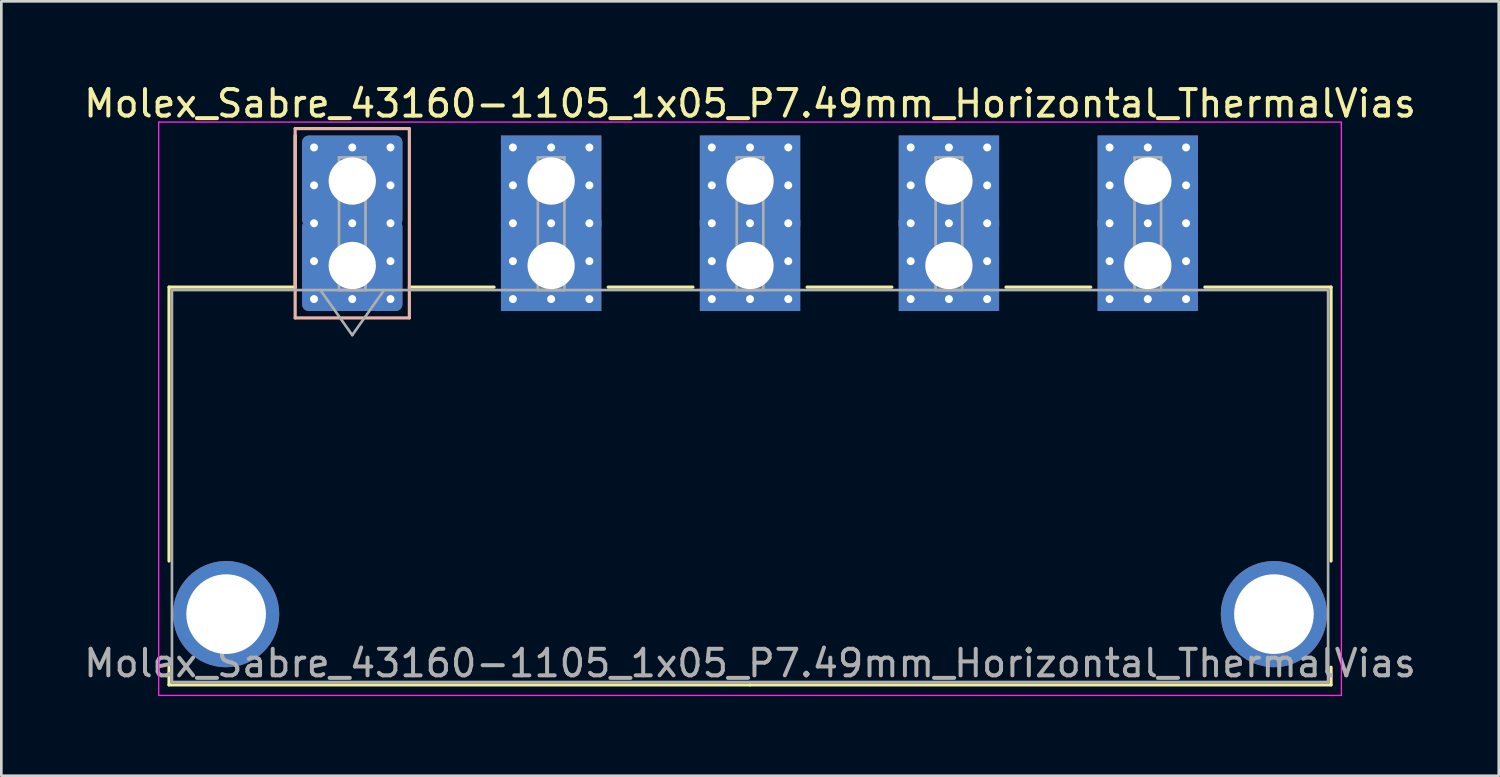
<source format=kicad_pcb>
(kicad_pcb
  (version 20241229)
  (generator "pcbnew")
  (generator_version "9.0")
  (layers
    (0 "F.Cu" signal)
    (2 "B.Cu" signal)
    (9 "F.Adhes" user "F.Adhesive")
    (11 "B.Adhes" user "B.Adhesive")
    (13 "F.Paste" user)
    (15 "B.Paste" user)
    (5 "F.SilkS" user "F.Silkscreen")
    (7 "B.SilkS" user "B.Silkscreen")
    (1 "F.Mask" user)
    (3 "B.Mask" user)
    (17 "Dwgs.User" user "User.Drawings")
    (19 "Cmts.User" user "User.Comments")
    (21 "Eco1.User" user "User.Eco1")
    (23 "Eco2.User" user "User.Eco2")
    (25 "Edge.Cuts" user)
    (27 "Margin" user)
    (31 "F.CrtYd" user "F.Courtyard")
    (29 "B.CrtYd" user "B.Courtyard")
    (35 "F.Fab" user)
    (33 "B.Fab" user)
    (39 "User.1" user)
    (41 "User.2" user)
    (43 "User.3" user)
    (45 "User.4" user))
  (footprint "Molex_Sabre_43160-1105_1x05_P7.49mm_Horizontal_ThermalVias"
    (layer "F.Cu")
    (at 10.216 6.948)
    (property "Reference" "Molex_Sabre_43160-1105_1x05_P7.49mm_Horizontal_ThermalVias" (at 14.98 -6.1 0) (layer "F.SilkS") (effects (font (size 1 1) (thickness 0.15))))
    (attr through_hole)
    (fp_line (start -6.9 0.815) (end -6.9 11.13) (stroke (width 0.12) (type solid)) (layer "F.SilkS"))
    (fp_line (start -6.9 15.13) (end -6.9 15.795) (stroke (width 0.12) (type solid)) (layer "F.SilkS"))
    (fp_line (start -6.9 15.795) (end 14.98 15.795) (stroke (width 0.12) (type solid)) (layer "F.SilkS"))
    (fp_line (start -2.15 0.815) (end -6.9 0.815) (stroke (width 0.12) (type solid)) (layer "F.SilkS"))
    (fp_line (start -2.15 0.815) (end -2.15 -4.895) (stroke (width 0.12) (type solid)) (layer "F.SilkS"))
    (fp_line (start 2.15 0.815) (end 5.34 0.815) (stroke (width 0.12) (type solid)) (layer "F.SilkS"))
    (fp_line (start 9.64 0.815) (end 12.83 0.815) (stroke (width 0.12) (type solid)) (layer "F.SilkS"))
    (fp_line (start 17.13 0.815) (end 20.32 0.815) (stroke (width 0.12) (type solid)) (layer "F.SilkS"))
    (fp_line (start 24.62 0.815) (end 27.81 0.815) (stroke (width 0.12) (type solid)) (layer "F.SilkS"))
    (fp_line (start 32.11 0.815) (end 36.86 0.815) (stroke (width 0.12) (type solid)) (layer "F.SilkS"))
    (fp_line (start 36.86 0.815) (end 36.86 11.13) (stroke (width 0.12) (type solid)) (layer "F.SilkS"))
    (fp_line (start 36.86 15.13) (end 36.86 15.795) (stroke (width 0.12) (type solid)) (layer "F.SilkS"))
    (fp_line (start 36.86 15.795) (end 14.98 15.795) (stroke (width 0.12) (type solid)) (layer "F.SilkS"))
    (fp_line (start -2.15 -5.155) (end -2.15 1.975) (stroke (width 0.12) (type solid)) (layer "B.SilkS"))
    (fp_line (start -2.15 1.975) (end 2.15 1.975) (stroke (width 0.12) (type solid)) (layer "B.SilkS"))
    (fp_line (start 2.15 -5.155) (end -2.15 -5.155) (stroke (width 0.12) (type solid)) (layer "B.SilkS"))
    (fp_line (start 2.15 1.975) (end 2.15 -5.155) (stroke (width 0.12) (type solid)) (layer "B.SilkS"))
    (fp_line (start -7.29 -5.4) (end -7.29 16.19) (stroke (width 0.05) (type solid)) (layer "F.CrtYd"))
    (fp_line (start -7.29 16.19) (end 37.25 16.19) (stroke (width 0.05) (type solid)) (layer "F.CrtYd"))
    (fp_line (start 37.25 -5.4) (end -7.29 -5.4) (stroke (width 0.05) (type solid)) (layer "F.CrtYd"))
    (fp_line (start 37.25 16.19) (end 37.25 -5.4) (stroke (width 0.05) (type solid)) (layer "F.CrtYd"))
    (fp_line (start -6.79 0.925) (end -6.79 15.685) (stroke (width 0.1) (type solid)) (layer "F.Fab"))
    (fp_line (start -6.79 15.685) (end 36.75 15.685) (stroke (width 0.1) (type solid)) (layer "F.Fab"))
    (fp_line (start -1.2 0.925) (end 0 2.622) (stroke (width 0.1) (type solid)) (layer "F.Fab"))
    (fp_line (start -0.5 -4.07) (end 0.5 -4.07) (stroke (width 0.1) (type solid)) (layer "F.Fab"))
    (fp_line (start -0.5 0.925) (end -0.5 -4.07) (stroke (width 0.1) (type solid)) (layer "F.Fab"))
    (fp_line (start 0 2.622) (end 1.2 0.925) (stroke (width 0.1) (type solid)) (layer "F.Fab"))
    (fp_line (start 0.5 -4.07) (end 0.5 0.925) (stroke (width 0.1) (type solid)) (layer "F.Fab"))
    (fp_line (start 0.5 0.925) (end -0.5 0.925) (stroke (width 0.1) (type solid)) (layer "F.Fab"))
    (fp_line (start 6.99 -4.07) (end 7.99 -4.07) (stroke (width 0.1) (type solid)) (layer "F.Fab"))
    (fp_line (start 6.99 0.925) (end 6.99 -4.07) (stroke (width 0.1) (type solid)) (layer "F.Fab"))
    (fp_line (start 7.99 -4.07) (end 7.99 0.925) (stroke (width 0.1) (type solid)) (layer "F.Fab"))
    (fp_line (start 7.99 0.925) (end 6.99 0.925) (stroke (width 0.1) (type solid)) (layer "F.Fab"))
    (fp_line (start 14.48 -4.07) (end 15.48 -4.07) (stroke (width 0.1) (type solid)) (layer "F.Fab"))
    (fp_line (start 14.48 0.925) (end 14.48 -4.07) (stroke (width 0.1) (type solid)) (layer "F.Fab"))
    (fp_line (start 15.48 -4.07) (end 15.48 0.925) (stroke (width 0.1) (type solid)) (layer "F.Fab"))
    (fp_line (start 15.48 0.925) (end 14.48 0.925) (stroke (width 0.1) (type solid)) (layer "F.Fab"))
    (fp_line (start 21.97 -4.07) (end 22.97 -4.07) (stroke (width 0.1) (type solid)) (layer "F.Fab"))
    (fp_line (start 21.97 0.925) (end 21.97 -4.07) (stroke (width 0.1) (type solid)) (layer "F.Fab"))
    (fp_line (start 22.97 -4.07) (end 22.97 0.925) (stroke (width 0.1) (type solid)) (layer "F.Fab"))
    (fp_line (start 22.97 0.925) (end 21.97 0.925) (stroke (width 0.1) (type solid)) (layer "F.Fab"))
    (fp_line (start 29.46 -4.07) (end 30.46 -4.07) (stroke (width 0.1) (type solid)) (layer "F.Fab"))
    (fp_line (start 29.46 0.925) (end 29.46 -4.07) (stroke (width 0.1) (type solid)) (layer "F.Fab"))
    (fp_line (start 30.46 -4.07) (end 30.46 0.925) (stroke (width 0.1) (type solid)) (layer "F.Fab"))
    (fp_line (start 30.46 0.925) (end 29.46 0.925) (stroke (width 0.1) (type solid)) (layer "F.Fab"))
    (fp_line (start 36.75 0.925) (end -6.79 0.925) (stroke (width 0.1) (type solid)) (layer "F.Fab"))
    (fp_line (start 36.75 15.685) (end 36.75 0.925) (stroke (width 0.1) (type solid)) (layer "F.Fab"))
    (fp_text user "${REFERENCE}" (at 14.98 14.98 0) (layer "F.Fab") (effects (font (size 1 1) (thickness 0.15))))
    (pad "" thru_hole circle (at -4.75 13.13) (size 4 4) (drill 3) (layers "*.Cu" "*.Mask"))
    (pad "" thru_hole circle (at 34.71 13.13) (size 4 4) (drill 3) (layers "*.Cu" "*.Mask"))
    (pad "1" thru_hole roundrect (at -1.44 -4.445) (size 0.6 0.6) (drill 0.3) (layers "*.Cu" "*.Mask") (roundrect_rratio 0.25))
    (pad "1" thru_hole roundrect (at -1.44 -3.018) (size 0.6 0.6) (drill 0.3) (layers "*.Cu" "*.Mask") (roundrect_rratio 0.25))
    (pad "1" thru_hole roundrect (at -1.44 -1.59) (size 0.6 0.6) (drill 0.3) (layers "*.Cu" "*.Mask") (roundrect_rratio 0.25))
    (pad "1" thru_hole roundrect (at -1.44 -0.163) (size 0.6 0.6) (drill 0.3) (layers "*.Cu" "*.Mask") (roundrect_rratio 0.25))
    (pad "1" thru_hole roundrect (at -1.44 1.265) (size 0.6 0.6) (drill 0.3) (layers "*.Cu" "*.Mask") (roundrect_rratio 0.25))
    (pad "1" thru_hole roundrect (at 0 -4.445) (size 0.6 0.6) (drill 0.3) (layers "*.Cu" "*.Mask") (roundrect_rratio 0.25))
    (pad "1" thru_hole roundrect (at 0 -3.18) (size 3.78 3.43) (drill 1.78) (layers "*.Cu" "*.Mask") (roundrect_rratio 0.073))
    (pad "1" thru_hole roundrect (at 0 -1.59) (size 0.6 0.6) (drill 0.3) (layers "*.Cu" "*.Mask") (roundrect_rratio 0.25))
    (pad "1" thru_hole roundrect (at 0 0) (size 3.78 3.43) (drill 1.78) (layers "*.Cu" "*.Mask") (roundrect_rratio 0.073))
    (pad "1" thru_hole roundrect (at 0 1.265) (size 0.6 0.6) (drill 0.3) (layers "*.Cu" "*.Mask") (roundrect_rratio 0.25))
    (pad "1" thru_hole roundrect (at 1.44 -4.445) (size 0.6 0.6) (drill 0.3) (layers "*.Cu" "*.Mask") (roundrect_rratio 0.25))
    (pad "1" thru_hole roundrect (at 1.44 -3.018) (size 0.6 0.6) (drill 0.3) (layers "*.Cu" "*.Mask") (roundrect_rratio 0.25))
    (pad "1" thru_hole roundrect (at 1.44 -1.59) (size 0.6 0.6) (drill 0.3) (layers "*.Cu" "*.Mask") (roundrect_rratio 0.25))
    (pad "1" thru_hole roundrect (at 1.44 -0.163) (size 0.6 0.6) (drill 0.3) (layers "*.Cu" "*.Mask") (roundrect_rratio 0.25))
    (pad "1" thru_hole roundrect (at 1.44 1.265) (size 0.6 0.6) (drill 0.3) (layers "*.Cu" "*.Mask") (roundrect_rratio 0.25))
    (pad "2" thru_hole circle (at 6.05 -4.445) (size 0.6 0.6) (drill 0.3) (layers "*.Cu" "*.Mask"))
    (pad "2" thru_hole circle (at 6.05 -3.018) (size 0.6 0.6) (drill 0.3) (layers "*.Cu" "*.Mask"))
    (pad "2" thru_hole circle (at 6.05 -1.59) (size 0.6 0.6) (drill 0.3) (layers "*.Cu" "*.Mask"))
    (pad "2" thru_hole circle (at 6.05 -0.163) (size 0.6 0.6) (drill 0.3) (layers "*.Cu" "*.Mask"))
    (pad "2" thru_hole circle (at 6.05 1.265) (size 0.6 0.6) (drill 0.3) (layers "*.Cu" "*.Mask"))
    (pad "2" thru_hole circle (at 7.49 -4.445) (size 0.6 0.6) (drill 0.3) (layers "*.Cu" "*.Mask"))
    (pad "2" thru_hole rect (at 7.49 -3.18) (size 3.78 3.43) (drill 1.78) (layers "*.Cu" "*.Mask"))
    (pad "2" thru_hole circle (at 7.49 -1.59) (size 0.6 0.6) (drill 0.3) (layers "*.Cu" "*.Mask"))
    (pad "2" thru_hole rect (at 7.49 0) (size 3.78 3.43) (drill 1.78) (layers "*.Cu" "*.Mask"))
    (pad "2" thru_hole circle (at 7.49 1.265) (size 0.6 0.6) (drill 0.3) (layers "*.Cu" "*.Mask"))
    (pad "2" thru_hole circle (at 8.93 -4.445) (size 0.6 0.6) (drill 0.3) (layers "*.Cu" "*.Mask"))
    (pad "2" thru_hole circle (at 8.93 -3.018) (size 0.6 0.6) (drill 0.3) (layers "*.Cu" "*.Mask"))
    (pad "2" thru_hole circle (at 8.93 -1.59) (size 0.6 0.6) (drill 0.3) (layers "*.Cu" "*.Mask"))
    (pad "2" thru_hole circle (at 8.93 -0.163) (size 0.6 0.6) (drill 0.3) (layers "*.Cu" "*.Mask"))
    (pad "2" thru_hole circle (at 8.93 1.265) (size 0.6 0.6) (drill 0.3) (layers "*.Cu" "*.Mask"))
    (pad "3" thru_hole circle (at 13.54 -4.445) (size 0.6 0.6) (drill 0.3) (layers "*.Cu" "*.Mask"))
    (pad "3" thru_hole circle (at 13.54 -3.018) (size 0.6 0.6) (drill 0.3) (layers "*.Cu" "*.Mask"))
    (pad "3" thru_hole circle (at 13.54 -1.59) (size 0.6 0.6) (drill 0.3) (layers "*.Cu" "*.Mask"))
    (pad "3" thru_hole circle (at 13.54 -0.163) (size 0.6 0.6) (drill 0.3) (layers "*.Cu" "*.Mask"))
    (pad "3" thru_hole circle (at 13.54 1.265) (size 0.6 0.6) (drill 0.3) (layers "*.Cu" "*.Mask"))
    (pad "3" thru_hole circle (at 14.98 -4.445) (size 0.6 0.6) (drill 0.3) (layers "*.Cu" "*.Mask"))
    (pad "3" thru_hole rect (at 14.98 -3.18) (size 3.78 3.43) (drill 1.78) (layers "*.Cu" "*.Mask"))
    (pad "3" thru_hole circle (at 14.98 -1.59) (size 0.6 0.6) (drill 0.3) (layers "*.Cu" "*.Mask"))
    (pad "3" thru_hole rect (at 14.98 0) (size 3.78 3.43) (drill 1.78) (layers "*.Cu" "*.Mask"))
    (pad "3" thru_hole circle (at 14.98 1.265) (size 0.6 0.6) (drill 0.3) (layers "*.Cu" "*.Mask"))
    (pad "3" thru_hole circle (at 16.42 -4.445) (size 0.6 0.6) (drill 0.3) (layers "*.Cu" "*.Mask"))
    (pad "3" thru_hole circle (at 16.42 -3.018) (size 0.6 0.6) (drill 0.3) (layers "*.Cu" "*.Mask"))
    (pad "3" thru_hole circle (at 16.42 -1.59) (size 0.6 0.6) (drill 0.3) (layers "*.Cu" "*.Mask"))
    (pad "3" thru_hole circle (at 16.42 -0.163) (size 0.6 0.6) (drill 0.3) (layers "*.Cu" "*.Mask"))
    (pad "3" thru_hole circle (at 16.42 1.265) (size 0.6 0.6) (drill 0.3) (layers "*.Cu" "*.Mask"))
    (pad "4" thru_hole circle (at 21.03 -4.445) (size 0.6 0.6) (drill 0.3) (layers "*.Cu" "*.Mask"))
    (pad "4" thru_hole circle (at 21.03 -3.018) (size 0.6 0.6) (drill 0.3) (layers "*.Cu" "*.Mask"))
    (pad "4" thru_hole circle (at 21.03 -1.59) (size 0.6 0.6) (drill 0.3) (layers "*.Cu" "*.Mask"))
    (pad "4" thru_hole circle (at 21.03 -0.163) (size 0.6 0.6) (drill 0.3) (layers "*.Cu" "*.Mask"))
    (pad "4" thru_hole circle (at 21.03 1.265) (size 0.6 0.6) (drill 0.3) (layers "*.Cu" "*.Mask"))
    (pad "4" thru_hole circle (at 22.47 -4.445) (size 0.6 0.6) (drill 0.3) (layers "*.Cu" "*.Mask"))
    (pad "4" thru_hole rect (at 22.47 -3.18) (size 3.78 3.43) (drill 1.78) (layers "*.Cu" "*.Mask"))
    (pad "4" thru_hole circle (at 22.47 -1.59) (size 0.6 0.6) (drill 0.3) (layers "*.Cu" "*.Mask"))
    (pad "4" thru_hole rect (at 22.47 0) (size 3.78 3.43) (drill 1.78) (layers "*.Cu" "*.Mask"))
    (pad "4" thru_hole circle (at 22.47 1.265) (size 0.6 0.6) (drill 0.3) (layers "*.Cu" "*.Mask"))
    (pad "4" thru_hole circle (at 23.91 -4.445) (size 0.6 0.6) (drill 0.3) (layers "*.Cu" "*.Mask"))
    (pad "4" thru_hole circle (at 23.91 -3.018) (size 0.6 0.6) (drill 0.3) (layers "*.Cu" "*.Mask"))
    (pad "4" thru_hole circle (at 23.91 -1.59) (size 0.6 0.6) (drill 0.3) (layers "*.Cu" "*.Mask"))
    (pad "4" thru_hole circle (at 23.91 -0.163) (size 0.6 0.6) (drill 0.3) (layers "*.Cu" "*.Mask"))
    (pad "4" thru_hole circle (at 23.91 1.265) (size 0.6 0.6) (drill 0.3) (layers "*.Cu" "*.Mask"))
    (pad "5" thru_hole circle (at 28.52 -4.445) (size 0.6 0.6) (drill 0.3) (layers "*.Cu" "*.Mask"))
    (pad "5" thru_hole circle (at 28.52 -3.018) (size 0.6 0.6) (drill 0.3) (layers "*.Cu" "*.Mask"))
    (pad "5" thru_hole circle (at 28.52 -1.59) (size 0.6 0.6) (drill 0.3) (layers "*.Cu" "*.Mask"))
    (pad "5" thru_hole circle (at 28.52 -0.163) (size 0.6 0.6) (drill 0.3) (layers "*.Cu" "*.Mask"))
    (pad "5" thru_hole circle (at 28.52 1.265) (size 0.6 0.6) (drill 0.3) (layers "*.Cu" "*.Mask"))
    (pad "5" thru_hole circle (at 29.96 -4.445) (size 0.6 0.6) (drill 0.3) (layers "*.Cu" "*.Mask"))
    (pad "5" thru_hole rect (at 29.96 -3.18) (size 3.78 3.43) (drill 1.78) (layers "*.Cu" "*.Mask"))
    (pad "5" thru_hole circle (at 29.96 -1.59) (size 0.6 0.6) (drill 0.3) (layers "*.Cu" "*.Mask"))
    (pad "5" thru_hole rect (at 29.96 0) (size 3.78 3.43) (drill 1.78) (layers "*.Cu" "*.Mask"))
    (pad "5" thru_hole circle (at 29.96 1.265) (size 0.6 0.6) (drill 0.3) (layers "*.Cu" "*.Mask"))
    (pad "5" thru_hole circle (at 31.4 -4.445) (size 0.6 0.6) (drill 0.3) (layers "*.Cu" "*.Mask"))
    (pad "5" thru_hole circle (at 31.4 -3.018) (size 0.6 0.6) (drill 0.3) (layers "*.Cu" "*.Mask"))
    (pad "5" thru_hole circle (at 31.4 -1.59) (size 0.6 0.6) (drill 0.3) (layers "*.Cu" "*.Mask"))
    (pad "5" thru_hole circle (at 31.4 -0.163) (size 0.6 0.6) (drill 0.3) (layers "*.Cu" "*.Mask"))
    (pad "5" thru_hole circle (at 31.4 1.265) (size 0.6 0.6) (drill 0.3) (layers "*.Cu" "*.Mask")))
  (gr_rect
    (start -3 -3)
    (end 53.393 26.163)
    (stroke (width 0.1) (type default))
    (fill no)
    (layer "Edge.Cuts")))
</source>
